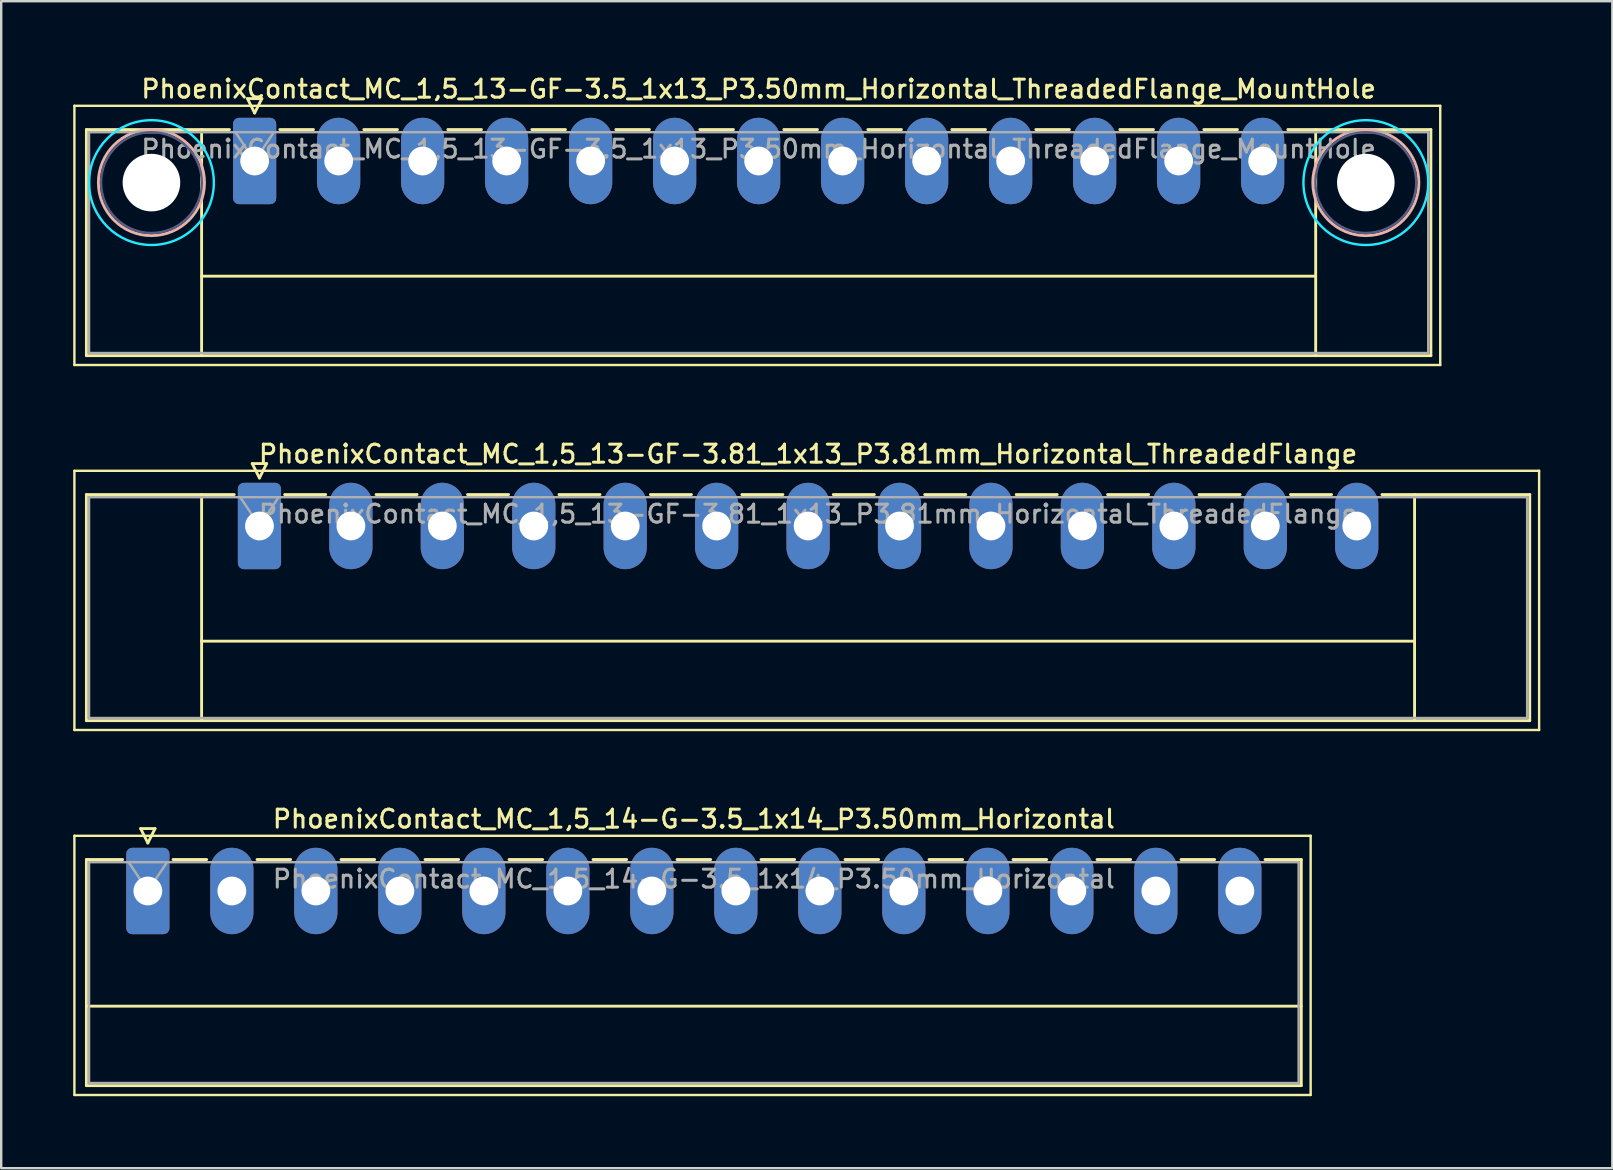
<source format=kicad_pcb>
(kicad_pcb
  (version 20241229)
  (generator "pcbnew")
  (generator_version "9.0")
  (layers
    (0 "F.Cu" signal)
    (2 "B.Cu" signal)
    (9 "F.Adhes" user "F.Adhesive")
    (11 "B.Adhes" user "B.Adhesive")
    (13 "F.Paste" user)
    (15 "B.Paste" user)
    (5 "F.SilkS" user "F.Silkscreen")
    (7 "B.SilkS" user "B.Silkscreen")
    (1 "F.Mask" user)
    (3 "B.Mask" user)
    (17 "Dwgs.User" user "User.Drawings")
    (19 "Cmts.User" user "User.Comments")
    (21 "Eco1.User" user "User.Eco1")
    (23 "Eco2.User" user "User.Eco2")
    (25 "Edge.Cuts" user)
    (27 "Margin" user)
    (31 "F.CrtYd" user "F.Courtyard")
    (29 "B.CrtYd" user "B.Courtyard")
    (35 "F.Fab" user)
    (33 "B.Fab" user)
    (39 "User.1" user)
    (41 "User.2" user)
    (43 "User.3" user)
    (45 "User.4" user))
  (footprint "PhoenixContact_MC_1,5_14-G-3.5_1x14_P3.50mm_Horizontal"
    (layer "F.Cu")
    (at 3.11 34.074)
    (property "Reference" "PhoenixContact_MC_1,5_14-G-3.5_1x14_P3.50mm_Horizontal" (at 22.75 -3 0) (layer "F.SilkS") (effects (font (size 0.75 0.75) (thickness 0.125))))
    (attr through_hole)
    (fp_line (start -3.06 -2.3) (end -3.06 8.5) (stroke (width 0.1) (type solid)) (layer "F.SilkS"))
    (fp_line (start -3.06 8.5) (end 48.45 8.5) (stroke (width 0.1) (type solid)) (layer "F.SilkS"))
    (fp_line (start -2.56 -1.31) (end -2.56 8.11) (stroke (width 0.12) (type solid)) (layer "F.SilkS"))
    (fp_line (start -2.56 -1.31) (end -1.05 -1.31) (stroke (width 0.12) (type solid)) (layer "F.SilkS"))
    (fp_line (start -2.56 4.8) (end 48.06 4.8) (stroke (width 0.12) (type solid)) (layer "F.SilkS"))
    (fp_line (start -2.56 8.11) (end 48.06 8.11) (stroke (width 0.12) (type solid)) (layer "F.SilkS"))
    (fp_line (start -0.3 -2.6) (end 0.3 -2.6) (stroke (width 0.12) (type solid)) (layer "F.SilkS"))
    (fp_line (start 0 -2) (end -0.3 -2.6) (stroke (width 0.12) (type solid)) (layer "F.SilkS"))
    (fp_line (start 0.3 -2.6) (end 0 -2) (stroke (width 0.12) (type solid)) (layer "F.SilkS"))
    (fp_line (start 1.05 -1.31) (end 2.45 -1.31) (stroke (width 0.12) (type solid)) (layer "F.SilkS"))
    (fp_line (start 4.55 -1.31) (end 5.95 -1.31) (stroke (width 0.12) (type solid)) (layer "F.SilkS"))
    (fp_line (start 8.05 -1.31) (end 9.45 -1.31) (stroke (width 0.12) (type solid)) (layer "F.SilkS"))
    (fp_line (start 11.55 -1.31) (end 12.95 -1.31) (stroke (width 0.12) (type solid)) (layer "F.SilkS"))
    (fp_line (start 15.05 -1.31) (end 16.45 -1.31) (stroke (width 0.12) (type solid)) (layer "F.SilkS"))
    (fp_line (start 18.55 -1.31) (end 19.95 -1.31) (stroke (width 0.12) (type solid)) (layer "F.SilkS"))
    (fp_line (start 22.05 -1.31) (end 23.45 -1.31) (stroke (width 0.12) (type solid)) (layer "F.SilkS"))
    (fp_line (start 25.55 -1.31) (end 26.95 -1.31) (stroke (width 0.12) (type solid)) (layer "F.SilkS"))
    (fp_line (start 29.05 -1.31) (end 30.45 -1.31) (stroke (width 0.12) (type solid)) (layer "F.SilkS"))
    (fp_line (start 32.55 -1.31) (end 33.95 -1.31) (stroke (width 0.12) (type solid)) (layer "F.SilkS"))
    (fp_line (start 36.05 -1.31) (end 37.45 -1.31) (stroke (width 0.12) (type solid)) (layer "F.SilkS"))
    (fp_line (start 39.55 -1.31) (end 40.95 -1.31) (stroke (width 0.12) (type solid)) (layer "F.SilkS"))
    (fp_line (start 43.05 -1.31) (end 44.45 -1.31) (stroke (width 0.12) (type solid)) (layer "F.SilkS"))
    (fp_line (start 48.06 -1.31) (end 46.55 -1.31) (stroke (width 0.12) (type solid)) (layer "F.SilkS"))
    (fp_line (start 48.06 8.11) (end 48.06 -1.31) (stroke (width 0.12) (type solid)) (layer "F.SilkS"))
    (fp_line (start 48.45 -2.3) (end -3.06 -2.3) (stroke (width 0.1) (type solid)) (layer "F.SilkS"))
    (fp_line (start 48.45 8.5) (end 48.45 -2.3) (stroke (width 0.1) (type solid)) (layer "F.SilkS"))
    (fp_line (start -2.45 -1.2) (end -2.45 8) (stroke (width 0.1) (type solid)) (layer "F.Fab"))
    (fp_line (start -2.45 8) (end 47.95 8) (stroke (width 0.1) (type solid)) (layer "F.Fab"))
    (fp_line (start 0 0) (end -0.8 -1.2) (stroke (width 0.1) (type solid)) (layer "F.Fab"))
    (fp_line (start 0.8 -1.2) (end 0 0) (stroke (width 0.1) (type solid)) (layer "F.Fab"))
    (fp_line (start 47.95 -1.2) (end -2.45 -1.2) (stroke (width 0.1) (type solid)) (layer "F.Fab"))
    (fp_line (start 47.95 8) (end 47.95 -1.2) (stroke (width 0.1) (type solid)) (layer "F.Fab"))
    (fp_text user "${REFERENCE}" (at 22.75 -0.5 0) (layer "F.Fab") (effects (font (size 0.75 0.75) (thickness 0.125))))
    (pad "1" thru_hole roundrect (at 0 0) (size 1.8 3.6) (drill 1.2) (layers "*.Cu" "*.Mask") (roundrect_rratio 0.139))
    (pad "2" thru_hole oval (at 3.5 0) (size 1.8 3.6) (drill 1.2) (layers "*.Cu" "*.Mask"))
    (pad "3" thru_hole oval (at 7 0) (size 1.8 3.6) (drill 1.2) (layers "*.Cu" "*.Mask"))
    (pad "4" thru_hole oval (at 10.5 0) (size 1.8 3.6) (drill 1.2) (layers "*.Cu" "*.Mask"))
    (pad "5" thru_hole oval (at 14 0) (size 1.8 3.6) (drill 1.2) (layers "*.Cu" "*.Mask"))
    (pad "6" thru_hole oval (at 17.5 0) (size 1.8 3.6) (drill 1.2) (layers "*.Cu" "*.Mask"))
    (pad "7" thru_hole oval (at 21 0) (size 1.8 3.6) (drill 1.2) (layers "*.Cu" "*.Mask"))
    (pad "8" thru_hole oval (at 24.5 0) (size 1.8 3.6) (drill 1.2) (layers "*.Cu" "*.Mask"))
    (pad "9" thru_hole oval (at 28 0) (size 1.8 3.6) (drill 1.2) (layers "*.Cu" "*.Mask"))
    (pad "10" thru_hole oval (at 31.5 0) (size 1.8 3.6) (drill 1.2) (layers "*.Cu" "*.Mask"))
    (pad "11" thru_hole oval (at 35 0) (size 1.8 3.6) (drill 1.2) (layers "*.Cu" "*.Mask"))
    (pad "12" thru_hole oval (at 38.5 0) (size 1.8 3.6) (drill 1.2) (layers "*.Cu" "*.Mask"))
    (pad "13" thru_hole oval (at 42 0) (size 1.8 3.6) (drill 1.2) (layers "*.Cu" "*.Mask"))
    (pad "14" thru_hole oval (at 45.5 0) (size 1.8 3.6) (drill 1.2) (layers "*.Cu" "*.Mask")))
  (footprint "PhoenixContact_MC_1,5_13-GF-3.5_1x13_P3.50mm_Horizontal_ThreadedFlange_MountHole"
    (layer "F.Cu")
    (at 7.56 3.658)
    (property "Reference" "PhoenixContact_MC_1,5_13-GF-3.5_1x13_P3.50mm_Horizontal_ThreadedFlange_MountHole" (at 21 -3 0) (layer "F.SilkS") (effects (font (size 0.75 0.75) (thickness 0.125))))
    (attr through_hole)
    (fp_line (start -7.51 -2.3) (end -7.51 8.5) (stroke (width 0.1) (type solid)) (layer "F.SilkS"))
    (fp_line (start -7.51 8.5) (end 49.4 8.5) (stroke (width 0.1) (type solid)) (layer "F.SilkS"))
    (fp_line (start -7.01 -1.31) (end -7.01 8.11) (stroke (width 0.12) (type solid)) (layer "F.SilkS"))
    (fp_line (start -7.01 -1.31) (end -1.05 -1.31) (stroke (width 0.12) (type solid)) (layer "F.SilkS"))
    (fp_line (start -7.01 8.11) (end 49.01 8.11) (stroke (width 0.12) (type solid)) (layer "F.SilkS"))
    (fp_line (start -2.21 -1.31) (end -2.21 8.11) (stroke (width 0.12) (type solid)) (layer "F.SilkS"))
    (fp_line (start -2.21 4.8) (end 44.21 4.8) (stroke (width 0.12) (type solid)) (layer "F.SilkS"))
    (fp_line (start -0.3 -2.6) (end 0.3 -2.6) (stroke (width 0.12) (type solid)) (layer "F.SilkS"))
    (fp_line (start 0 -2) (end -0.3 -2.6) (stroke (width 0.12) (type solid)) (layer "F.SilkS"))
    (fp_line (start 0.3 -2.6) (end 0 -2) (stroke (width 0.12) (type solid)) (layer "F.SilkS"))
    (fp_line (start 1.05 -1.31) (end 2.45 -1.31) (stroke (width 0.12) (type solid)) (layer "F.SilkS"))
    (fp_line (start 4.55 -1.31) (end 5.95 -1.31) (stroke (width 0.12) (type solid)) (layer "F.SilkS"))
    (fp_line (start 8.05 -1.31) (end 9.45 -1.31) (stroke (width 0.12) (type solid)) (layer "F.SilkS"))
    (fp_line (start 11.55 -1.31) (end 12.95 -1.31) (stroke (width 0.12) (type solid)) (layer "F.SilkS"))
    (fp_line (start 15.05 -1.31) (end 16.45 -1.31) (stroke (width 0.12) (type solid)) (layer "F.SilkS"))
    (fp_line (start 18.55 -1.31) (end 19.95 -1.31) (stroke (width 0.12) (type solid)) (layer "F.SilkS"))
    (fp_line (start 22.05 -1.31) (end 23.45 -1.31) (stroke (width 0.12) (type solid)) (layer "F.SilkS"))
    (fp_line (start 25.55 -1.31) (end 26.95 -1.31) (stroke (width 0.12) (type solid)) (layer "F.SilkS"))
    (fp_line (start 29.05 -1.31) (end 30.45 -1.31) (stroke (width 0.12) (type solid)) (layer "F.SilkS"))
    (fp_line (start 32.55 -1.31) (end 33.95 -1.31) (stroke (width 0.12) (type solid)) (layer "F.SilkS"))
    (fp_line (start 36.05 -1.31) (end 37.45 -1.31) (stroke (width 0.12) (type solid)) (layer "F.SilkS"))
    (fp_line (start 39.55 -1.31) (end 40.95 -1.31) (stroke (width 0.12) (type solid)) (layer "F.SilkS"))
    (fp_line (start 44.21 -1.31) (end 44.21 8.11) (stroke (width 0.12) (type solid)) (layer "F.SilkS"))
    (fp_line (start 49.01 -1.31) (end 43.05 -1.31) (stroke (width 0.12) (type solid)) (layer "F.SilkS"))
    (fp_line (start 49.01 8.11) (end 49.01 -1.31) (stroke (width 0.12) (type solid)) (layer "F.SilkS"))
    (fp_line (start 49.4 -2.3) (end -7.51 -2.3) (stroke (width 0.1) (type solid)) (layer "F.SilkS"))
    (fp_line (start 49.4 8.5) (end 49.4 -2.3) (stroke (width 0.1) (type solid)) (layer "F.SilkS"))
    (fp_circle (center -4.3 0.9) (end -2.09 0.9) (stroke (width 0.12) (type solid)) (fill no) (layer "B.SilkS"))
    (fp_circle (center 46.3 0.9) (end 48.51 0.9) (stroke (width 0.12) (type solid)) (fill no) (layer "B.SilkS"))
    (fp_circle (center -4.3 0.9) (end -1.7 0.9) (stroke (width 0.1) (type solid)) (fill no) (layer "B.CrtYd"))
    (fp_circle (center 46.3 0.9) (end 48.9 0.9) (stroke (width 0.1) (type solid)) (fill no) (layer "B.CrtYd"))
    (fp_circle (center -4.3 0.9) (end -2.2 0.9) (stroke (width 0.1) (type solid)) (fill no) (layer "B.Fab"))
    (fp_circle (center 46.3 0.9) (end 48.4 0.9) (stroke (width 0.1) (type solid)) (fill no) (layer "B.Fab"))
    (fp_line (start -6.9 -1.2) (end -6.9 8) (stroke (width 0.1) (type solid)) (layer "F.Fab"))
    (fp_line (start -6.9 8) (end 48.9 8) (stroke (width 0.1) (type solid)) (layer "F.Fab"))
    (fp_line (start 0 0) (end -0.8 -1.2) (stroke (width 0.1) (type solid)) (layer "F.Fab"))
    (fp_line (start 0.8 -1.2) (end 0 0) (stroke (width 0.1) (type solid)) (layer "F.Fab"))
    (fp_line (start 48.9 -1.2) (end -6.9 -1.2) (stroke (width 0.1) (type solid)) (layer "F.Fab"))
    (fp_line (start 48.9 8) (end 48.9 -1.2) (stroke (width 0.1) (type solid)) (layer "F.Fab"))
    (fp_text user "${REFERENCE}" (at 21 -0.5 0) (layer "F.Fab") (effects (font (size 0.75 0.75) (thickness 0.125))))
    (pad "" np_thru_hole circle (at -4.3 0.9) (size 2.4 2.4) (drill 2.4) (layers "*.Cu" "*.Mask"))
    (pad "" np_thru_hole circle (at 46.3 0.9) (size 2.4 2.4) (drill 2.4) (layers "*.Cu" "*.Mask"))
    (pad "1" thru_hole roundrect (at 0 0) (size 1.8 3.6) (drill 1.2) (layers "*.Cu" "*.Mask") (roundrect_rratio 0.139))
    (pad "2" thru_hole oval (at 3.5 0) (size 1.8 3.6) (drill 1.2) (layers "*.Cu" "*.Mask"))
    (pad "3" thru_hole oval (at 7 0) (size 1.8 3.6) (drill 1.2) (layers "*.Cu" "*.Mask"))
    (pad "4" thru_hole oval (at 10.5 0) (size 1.8 3.6) (drill 1.2) (layers "*.Cu" "*.Mask"))
    (pad "5" thru_hole oval (at 14 0) (size 1.8 3.6) (drill 1.2) (layers "*.Cu" "*.Mask"))
    (pad "6" thru_hole oval (at 17.5 0) (size 1.8 3.6) (drill 1.2) (layers "*.Cu" "*.Mask"))
    (pad "7" thru_hole oval (at 21 0) (size 1.8 3.6) (drill 1.2) (layers "*.Cu" "*.Mask"))
    (pad "8" thru_hole oval (at 24.5 0) (size 1.8 3.6) (drill 1.2) (layers "*.Cu" "*.Mask"))
    (pad "9" thru_hole oval (at 28 0) (size 1.8 3.6) (drill 1.2) (layers "*.Cu" "*.Mask"))
    (pad "10" thru_hole oval (at 31.5 0) (size 1.8 3.6) (drill 1.2) (layers "*.Cu" "*.Mask"))
    (pad "11" thru_hole oval (at 35 0) (size 1.8 3.6) (drill 1.2) (layers "*.Cu" "*.Mask"))
    (pad "12" thru_hole oval (at 38.5 0) (size 1.8 3.6) (drill 1.2) (layers "*.Cu" "*.Mask"))
    (pad "13" thru_hole oval (at 42 0) (size 1.8 3.6) (drill 1.2) (layers "*.Cu" "*.Mask")))
  (footprint "PhoenixContact_MC_1,5_13-GF-3.81_1x13_P3.81mm_Horizontal_ThreadedFlange"
    (layer "F.Cu")
    (at 7.76 18.866)
    (property "Reference" "PhoenixContact_MC_1,5_13-GF-3.81_1x13_P3.81mm_Horizontal_ThreadedFlange" (at 22.86 -3 0) (layer "F.SilkS") (effects (font (size 0.75 0.75) (thickness 0.125))))
    (attr through_hole)
    (fp_line (start -7.71 -2.3) (end -7.71 8.5) (stroke (width 0.1) (type solid)) (layer "F.SilkS"))
    (fp_line (start -7.71 8.5) (end 53.32 8.5) (stroke (width 0.1) (type solid)) (layer "F.SilkS"))
    (fp_line (start -7.21 -1.31) (end -7.21 8.11) (stroke (width 0.12) (type solid)) (layer "F.SilkS"))
    (fp_line (start -7.21 -1.31) (end -1.05 -1.31) (stroke (width 0.12) (type solid)) (layer "F.SilkS"))
    (fp_line (start -7.21 8.11) (end 52.93 8.11) (stroke (width 0.12) (type solid)) (layer "F.SilkS"))
    (fp_line (start -2.41 -1.31) (end -2.41 8.11) (stroke (width 0.12) (type solid)) (layer "F.SilkS"))
    (fp_line (start -2.41 4.8) (end 48.13 4.8) (stroke (width 0.12) (type solid)) (layer "F.SilkS"))
    (fp_line (start -0.3 -2.6) (end 0.3 -2.6) (stroke (width 0.12) (type solid)) (layer "F.SilkS"))
    (fp_line (start 0 -2) (end -0.3 -2.6) (stroke (width 0.12) (type solid)) (layer "F.SilkS"))
    (fp_line (start 0.3 -2.6) (end 0 -2) (stroke (width 0.12) (type solid)) (layer "F.SilkS"))
    (fp_line (start 1.05 -1.31) (end 2.76 -1.31) (stroke (width 0.12) (type solid)) (layer "F.SilkS"))
    (fp_line (start 4.86 -1.31) (end 6.57 -1.31) (stroke (width 0.12) (type solid)) (layer "F.SilkS"))
    (fp_line (start 8.67 -1.31) (end 10.38 -1.31) (stroke (width 0.12) (type solid)) (layer "F.SilkS"))
    (fp_line (start 12.48 -1.31) (end 14.19 -1.31) (stroke (width 0.12) (type solid)) (layer "F.SilkS"))
    (fp_line (start 16.29 -1.31) (end 18 -1.31) (stroke (width 0.12) (type solid)) (layer "F.SilkS"))
    (fp_line (start 20.1 -1.31) (end 21.81 -1.31) (stroke (width 0.12) (type solid)) (layer "F.SilkS"))
    (fp_line (start 23.91 -1.31) (end 25.62 -1.31) (stroke (width 0.12) (type solid)) (layer "F.SilkS"))
    (fp_line (start 27.72 -1.31) (end 29.43 -1.31) (stroke (width 0.12) (type solid)) (layer "F.SilkS"))
    (fp_line (start 31.53 -1.31) (end 33.24 -1.31) (stroke (width 0.12) (type solid)) (layer "F.SilkS"))
    (fp_line (start 35.34 -1.31) (end 37.05 -1.31) (stroke (width 0.12) (type solid)) (layer "F.SilkS"))
    (fp_line (start 39.15 -1.31) (end 40.86 -1.31) (stroke (width 0.12) (type solid)) (layer "F.SilkS"))
    (fp_line (start 42.96 -1.31) (end 44.67 -1.31) (stroke (width 0.12) (type solid)) (layer "F.SilkS"))
    (fp_line (start 48.13 -1.31) (end 48.13 8.11) (stroke (width 0.12) (type solid)) (layer "F.SilkS"))
    (fp_line (start 52.93 -1.31) (end 46.77 -1.31) (stroke (width 0.12) (type solid)) (layer "F.SilkS"))
    (fp_line (start 52.93 8.11) (end 52.93 -1.31) (stroke (width 0.12) (type solid)) (layer "F.SilkS"))
    (fp_line (start 53.32 -2.3) (end -7.71 -2.3) (stroke (width 0.1) (type solid)) (layer "F.SilkS"))
    (fp_line (start 53.32 8.5) (end 53.32 -2.3) (stroke (width 0.1) (type solid)) (layer "F.SilkS"))
    (fp_line (start -7.1 -1.2) (end -7.1 8) (stroke (width 0.1) (type solid)) (layer "F.Fab"))
    (fp_line (start -7.1 8) (end 52.82 8) (stroke (width 0.1) (type solid)) (layer "F.Fab"))
    (fp_line (start 0 0) (end -0.8 -1.2) (stroke (width 0.1) (type solid)) (layer "F.Fab"))
    (fp_line (start 0.8 -1.2) (end 0 0) (stroke (width 0.1) (type solid)) (layer "F.Fab"))
    (fp_line (start 52.82 -1.2) (end -7.1 -1.2) (stroke (width 0.1) (type solid)) (layer "F.Fab"))
    (fp_line (start 52.82 8) (end 52.82 -1.2) (stroke (width 0.1) (type solid)) (layer "F.Fab"))
    (fp_text user "${REFERENCE}" (at 22.86 -0.5 0) (layer "F.Fab") (effects (font (size 0.75 0.75) (thickness 0.125))))
    (pad "1" thru_hole roundrect (at 0 0) (size 1.8 3.6) (drill 1.2) (layers "*.Cu" "*.Mask") (roundrect_rratio 0.139))
    (pad "2" thru_hole oval (at 3.81 0) (size 1.8 3.6) (drill 1.2) (layers "*.Cu" "*.Mask"))
    (pad "3" thru_hole oval (at 7.62 0) (size 1.8 3.6) (drill 1.2) (layers "*.Cu" "*.Mask"))
    (pad "4" thru_hole oval (at 11.43 0) (size 1.8 3.6) (drill 1.2) (layers "*.Cu" "*.Mask"))
    (pad "5" thru_hole oval (at 15.24 0) (size 1.8 3.6) (drill 1.2) (layers "*.Cu" "*.Mask"))
    (pad "6" thru_hole oval (at 19.05 0) (size 1.8 3.6) (drill 1.2) (layers "*.Cu" "*.Mask"))
    (pad "7" thru_hole oval (at 22.86 0) (size 1.8 3.6) (drill 1.2) (layers "*.Cu" "*.Mask"))
    (pad "8" thru_hole oval (at 26.67 0) (size 1.8 3.6) (drill 1.2) (layers "*.Cu" "*.Mask"))
    (pad "9" thru_hole oval (at 30.48 0) (size 1.8 3.6) (drill 1.2) (layers "*.Cu" "*.Mask"))
    (pad "10" thru_hole oval (at 34.29 0) (size 1.8 3.6) (drill 1.2) (layers "*.Cu" "*.Mask"))
    (pad "11" thru_hole oval (at 38.1 0) (size 1.8 3.6) (drill 1.2) (layers "*.Cu" "*.Mask"))
    (pad "12" thru_hole oval (at 41.91 0) (size 1.8 3.6) (drill 1.2) (layers "*.Cu" "*.Mask"))
    (pad "13" thru_hole oval (at 45.72 0) (size 1.8 3.6) (drill 1.2) (layers "*.Cu" "*.Mask")))
  (gr_rect
    (start -3 -3)
    (end 64.13 45.624)
    (stroke (width 0.1) (type default))
    (fill no)
    (layer "Edge.Cuts")))
</source>
